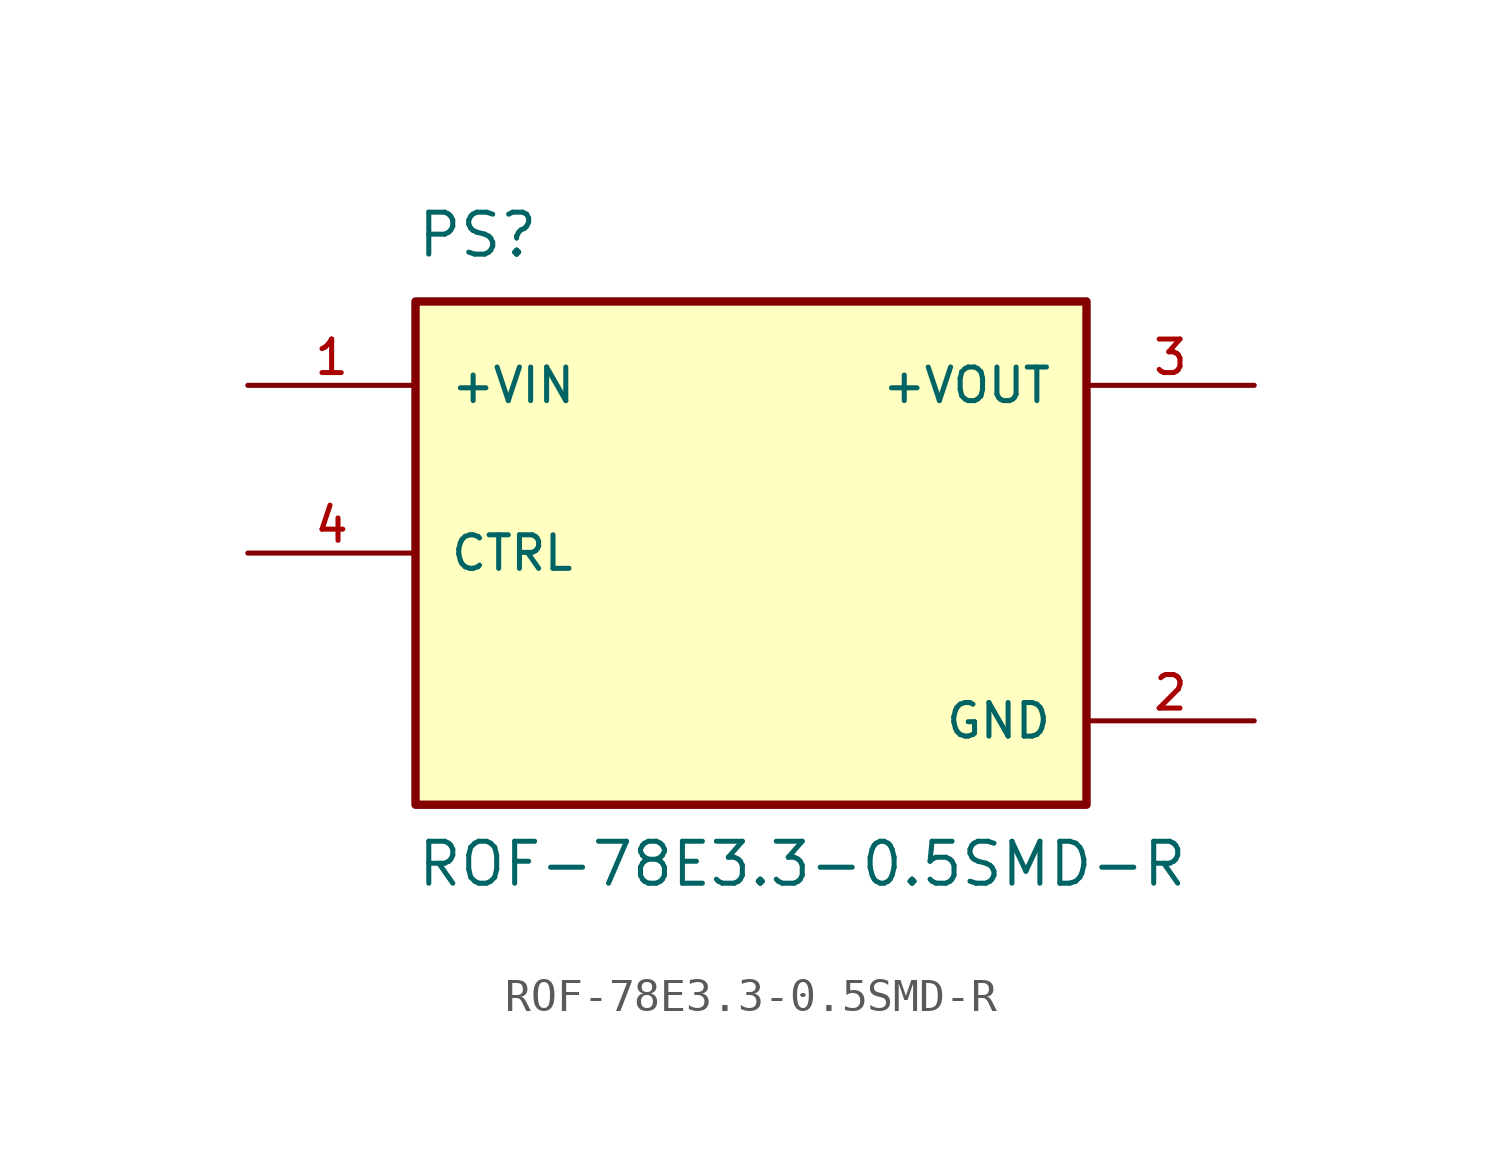
<source format=kicad_sym>
(kicad_symbol_lib
  (version 20211014)
  (generator kicad_symbol_editor)
  (symbol "ROF-78E3.3-0.5SMD-R"
    (pin_names
      (offset 1.016))
    (property "Reference" "PS"
      (at -10.16 8.89 0)
      (effects (font (size 1.27 1.27)) (justify left bottom)))
    (property "Value" "ROF-78E3.3-0.5SMD-R"
      (at -10.16 -10.16 0)
      (effects (font (size 1.27 1.27)) (justify left bottom)))
    (symbol "ROF-78E3.3-0.5SMD-R_0_0"
      (rectangle (start -10.16 -7.62) (end 10.16 7.62) (stroke (width 0.254) (type default) (color 0 0 0 0)) (fill (type background)))
      (pin input line (at -15.24 5.08 0) (length 5.08) (name "+VIN" (effects (font (size 1.016 1.016)))) (number "1" (effects (font (size 1.016 1.016)))))
      (pin power_in line (at 15.24 -5.08 180) (length 5.08) (name "GND" (effects (font (size 1.016 1.016)))) (number "2" (effects (font (size 1.016 1.016)))))
      (pin output line (at 15.24 5.08 180) (length 5.08) (name "+VOUT" (effects (font (size 1.016 1.016)))) (number "3" (effects (font (size 1.016 1.016)))))
      (pin input line (at -15.24 0 0) (length 5.08) (name "CTRL" (effects (font (size 1.016 1.016)))) (number "4" (effects (font (size 1.016 1.016))))))))
</source>
